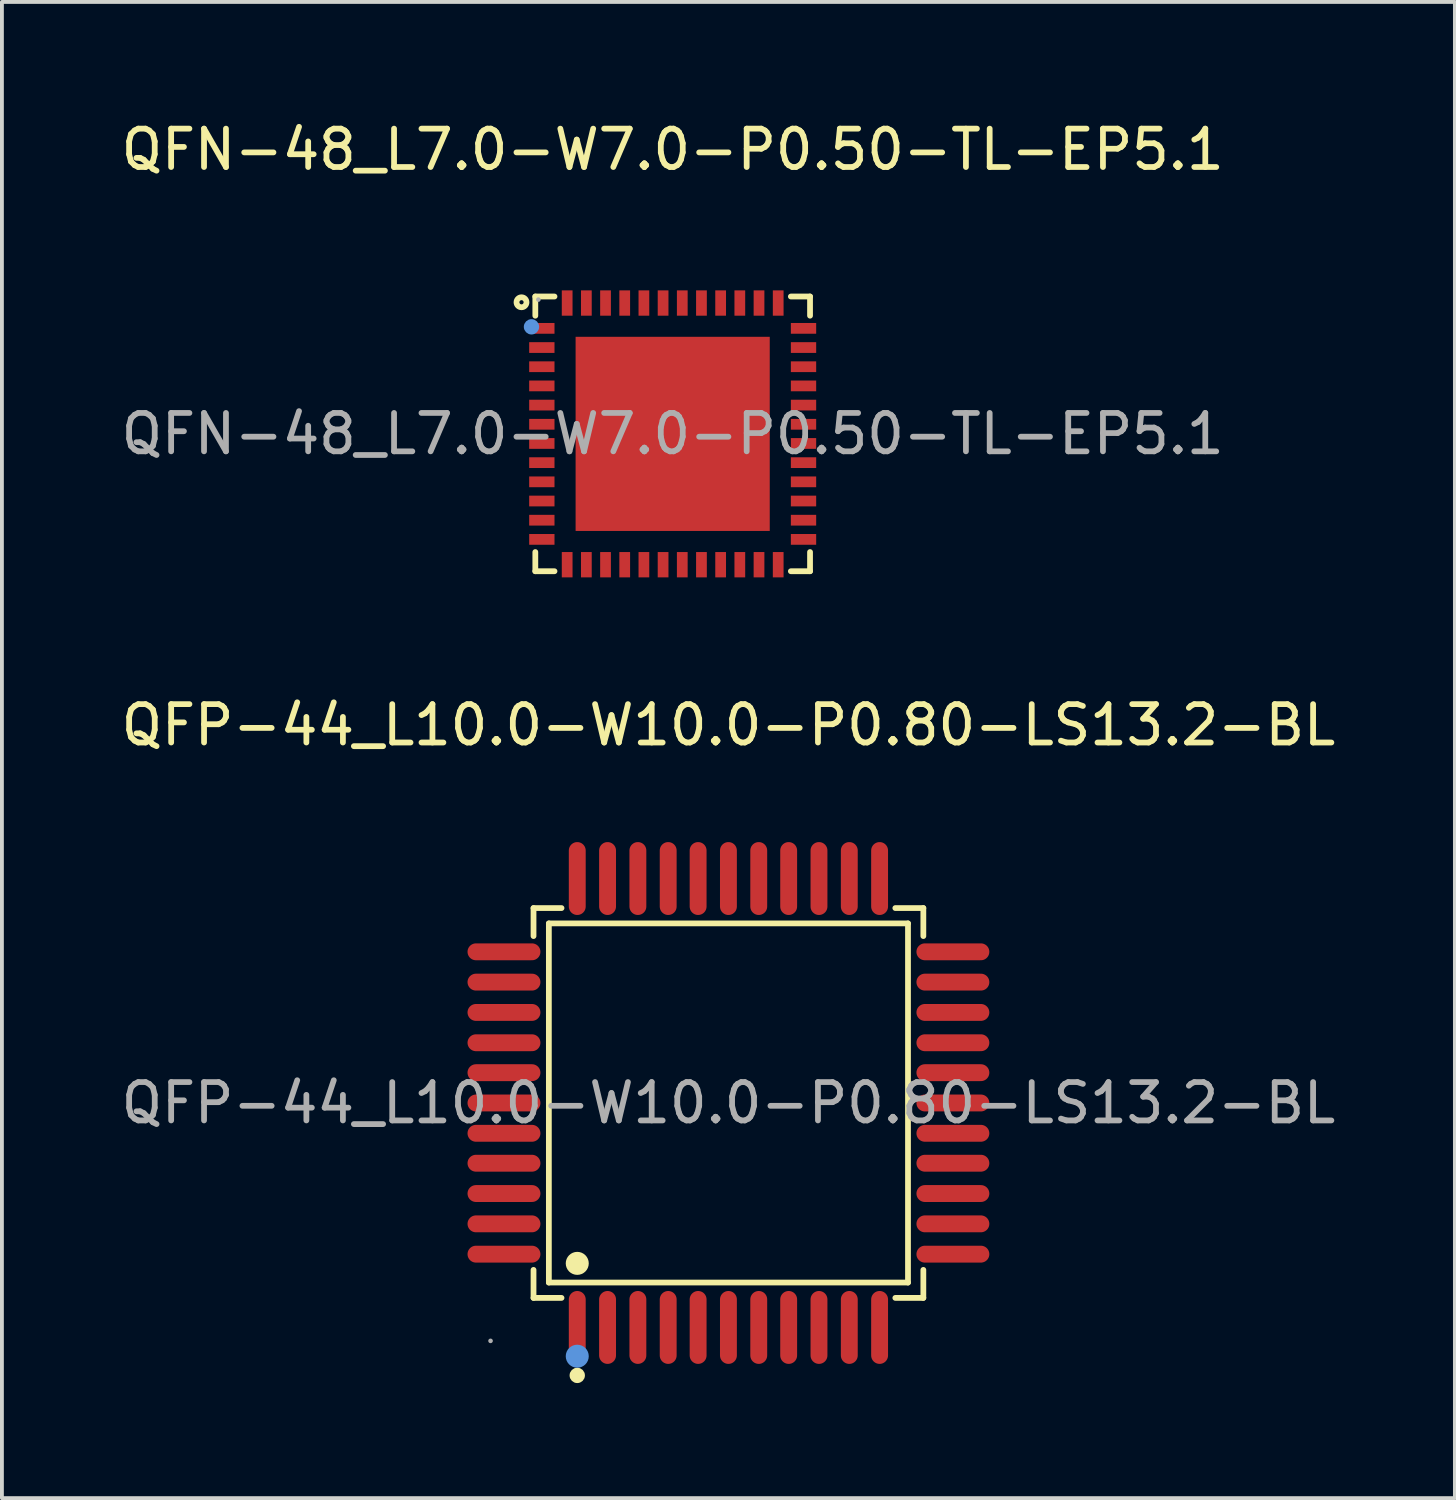
<source format=kicad_pcb>
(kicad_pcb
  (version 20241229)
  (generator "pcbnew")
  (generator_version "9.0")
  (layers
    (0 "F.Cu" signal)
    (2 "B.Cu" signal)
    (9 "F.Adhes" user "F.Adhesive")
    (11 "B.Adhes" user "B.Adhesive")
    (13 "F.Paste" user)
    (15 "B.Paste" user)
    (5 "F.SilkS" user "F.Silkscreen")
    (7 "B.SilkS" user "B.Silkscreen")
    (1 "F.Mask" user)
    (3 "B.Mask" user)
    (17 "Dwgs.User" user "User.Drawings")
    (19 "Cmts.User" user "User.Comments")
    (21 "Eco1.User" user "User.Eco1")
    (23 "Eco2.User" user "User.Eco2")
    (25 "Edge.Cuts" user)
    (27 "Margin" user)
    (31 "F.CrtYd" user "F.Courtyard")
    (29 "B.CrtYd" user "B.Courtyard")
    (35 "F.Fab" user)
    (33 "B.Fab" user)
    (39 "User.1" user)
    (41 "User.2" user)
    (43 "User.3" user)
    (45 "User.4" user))
  (footprint "QFN-48_L7.0-W7.0-P0.50-TL-EP5.1"
    (layer "F.Cu")
    (at 14.482 8.258)
    (property "Reference" "QFN-48_L7.0-W7.0-P0.50-TL-EP5.1" (at 0 -7.41 0) (layer "F.SilkS") (effects (font (size 1 1) (thickness 0.15))))
    (attr through_hole)
    (fp_line (start -3.58 -3.58) (end -3.58 -3.08) (stroke (width 0.15) (type solid)) (layer "F.SilkS"))
    (fp_line (start -3.58 3.58) (end -3.58 3.08) (stroke (width 0.15) (type solid)) (layer "F.SilkS"))
    (fp_line (start -3.08 -3.58) (end -3.58 -3.58) (stroke (width 0.15) (type solid)) (layer "F.SilkS"))
    (fp_line (start -3.08 3.58) (end -3.58 3.58) (stroke (width 0.15) (type solid)) (layer "F.SilkS"))
    (fp_line (start 3.08 -3.58) (end 3.58 -3.58) (stroke (width 0.15) (type solid)) (layer "F.SilkS"))
    (fp_line (start 3.08 3.58) (end 3.58 3.58) (stroke (width 0.15) (type solid)) (layer "F.SilkS"))
    (fp_line (start 3.58 -3.58) (end 3.58 -3.08) (stroke (width 0.15) (type solid)) (layer "F.SilkS"))
    (fp_line (start 3.58 3.58) (end 3.58 3.08) (stroke (width 0.15) (type solid)) (layer "F.SilkS"))
    (fp_circle (center -3.94 -3.43) (end -3.81 -3.43) (stroke (width 0.15) (type solid)) (fill no) (layer "F.SilkS"))
    (fp_circle (center -3.68 -2.79) (end -3.58 -2.79) (stroke (width 0.2) (type solid)) (fill no) (layer "Cmts.User"))
    (fp_circle (center -3.5 -3.5) (end -3.47 -3.5) (stroke (width 0.06) (type solid)) (fill no) (layer "F.Fab"))
    (fp_text user "${REFERENCE}" (at 0 0 0) (layer "F.Fab") (effects (font (size 1 1) (thickness 0.15))))
    (pad "1" smd rect (at -3.41 -2.75) (size 0.66 0.28) (layers "F.Cu" "F.Mask" "F.Paste"))
    (pad "2" smd rect (at -3.41 -2.25) (size 0.66 0.28) (layers "F.Cu" "F.Mask" "F.Paste"))
    (pad "3" smd rect (at -3.41 -1.75) (size 0.66 0.28) (layers "F.Cu" "F.Mask" "F.Paste"))
    (pad "4" smd rect (at -3.41 -1.25) (size 0.66 0.28) (layers "F.Cu" "F.Mask" "F.Paste"))
    (pad "5" smd rect (at -3.41 -0.75) (size 0.66 0.28) (layers "F.Cu" "F.Mask" "F.Paste"))
    (pad "6" smd rect (at -3.41 -0.25) (size 0.66 0.28) (layers "F.Cu" "F.Mask" "F.Paste"))
    (pad "7" smd rect (at -3.41 0.25) (size 0.66 0.28) (layers "F.Cu" "F.Mask" "F.Paste"))
    (pad "8" smd rect (at -3.41 0.75) (size 0.66 0.28) (layers "F.Cu" "F.Mask" "F.Paste"))
    (pad "9" smd rect (at -3.41 1.25) (size 0.66 0.28) (layers "F.Cu" "F.Mask" "F.Paste"))
    (pad "10" smd rect (at -3.41 1.75) (size 0.66 0.28) (layers "F.Cu" "F.Mask" "F.Paste"))
    (pad "11" smd rect (at -3.41 2.25) (size 0.66 0.28) (layers "F.Cu" "F.Mask" "F.Paste"))
    (pad "12" smd rect (at -3.41 2.75) (size 0.66 0.28) (layers "F.Cu" "F.Mask" "F.Paste"))
    (pad "13" smd rect (at -2.75 3.41) (size 0.28 0.66) (layers "F.Cu" "F.Mask" "F.Paste"))
    (pad "14" smd rect (at -2.25 3.41) (size 0.28 0.66) (layers "F.Cu" "F.Mask" "F.Paste"))
    (pad "15" smd rect (at -1.75 3.41) (size 0.28 0.66) (layers "F.Cu" "F.Mask" "F.Paste"))
    (pad "16" smd rect (at -1.25 3.41) (size 0.28 0.66) (layers "F.Cu" "F.Mask" "F.Paste"))
    (pad "17" smd rect (at -0.75 3.41) (size 0.28 0.66) (layers "F.Cu" "F.Mask" "F.Paste"))
    (pad "18" smd rect (at -0.25 3.41) (size 0.28 0.66) (layers "F.Cu" "F.Mask" "F.Paste"))
    (pad "19" smd rect (at 0.25 3.41) (size 0.28 0.66) (layers "F.Cu" "F.Mask" "F.Paste"))
    (pad "20" smd rect (at 0.75 3.41) (size 0.28 0.66) (layers "F.Cu" "F.Mask" "F.Paste"))
    (pad "21" smd rect (at 1.25 3.41) (size 0.28 0.66) (layers "F.Cu" "F.Mask" "F.Paste"))
    (pad "22" smd rect (at 1.75 3.41) (size 0.28 0.66) (layers "F.Cu" "F.Mask" "F.Paste"))
    (pad "23" smd rect (at 2.25 3.41) (size 0.28 0.66) (layers "F.Cu" "F.Mask" "F.Paste"))
    (pad "24" smd rect (at 2.75 3.41) (size 0.28 0.66) (layers "F.Cu" "F.Mask" "F.Paste"))
    (pad "25" smd rect (at 3.41 2.75) (size 0.66 0.28) (layers "F.Cu" "F.Mask" "F.Paste"))
    (pad "26" smd rect (at 3.41 2.25) (size 0.66 0.28) (layers "F.Cu" "F.Mask" "F.Paste"))
    (pad "27" smd rect (at 3.41 1.75) (size 0.66 0.28) (layers "F.Cu" "F.Mask" "F.Paste"))
    (pad "28" smd rect (at 3.41 1.25) (size 0.66 0.28) (layers "F.Cu" "F.Mask" "F.Paste"))
    (pad "29" smd rect (at 3.41 0.75) (size 0.66 0.28) (layers "F.Cu" "F.Mask" "F.Paste"))
    (pad "30" smd rect (at 3.41 0.25) (size 0.66 0.28) (layers "F.Cu" "F.Mask" "F.Paste"))
    (pad "31" smd rect (at 3.41 -0.25) (size 0.66 0.28) (layers "F.Cu" "F.Mask" "F.Paste"))
    (pad "32" smd rect (at 3.41 -0.75) (size 0.66 0.28) (layers "F.Cu" "F.Mask" "F.Paste"))
    (pad "33" smd rect (at 3.41 -1.25) (size 0.66 0.28) (layers "F.Cu" "F.Mask" "F.Paste"))
    (pad "34" smd rect (at 3.41 -1.75) (size 0.66 0.28) (layers "F.Cu" "F.Mask" "F.Paste"))
    (pad "35" smd rect (at 3.41 -2.25) (size 0.66 0.28) (layers "F.Cu" "F.Mask" "F.Paste"))
    (pad "36" smd rect (at 3.41 -2.75) (size 0.66 0.28) (layers "F.Cu" "F.Mask" "F.Paste"))
    (pad "37" smd rect (at 2.75 -3.41) (size 0.28 0.66) (layers "F.Cu" "F.Mask" "F.Paste"))
    (pad "38" smd rect (at 2.25 -3.41) (size 0.28 0.66) (layers "F.Cu" "F.Mask" "F.Paste"))
    (pad "39" smd rect (at 1.75 -3.41) (size 0.28 0.66) (layers "F.Cu" "F.Mask" "F.Paste"))
    (pad "40" smd rect (at 1.25 -3.41) (size 0.28 0.66) (layers "F.Cu" "F.Mask" "F.Paste"))
    (pad "41" smd rect (at 0.75 -3.41) (size 0.28 0.66) (layers "F.Cu" "F.Mask" "F.Paste"))
    (pad "42" smd rect (at 0.25 -3.41) (size 0.28 0.66) (layers "F.Cu" "F.Mask" "F.Paste"))
    (pad "43" smd rect (at -0.25 -3.41) (size 0.28 0.66) (layers "F.Cu" "F.Mask" "F.Paste"))
    (pad "44" smd rect (at -0.75 -3.41) (size 0.28 0.66) (layers "F.Cu" "F.Mask" "F.Paste"))
    (pad "45" smd rect (at -1.25 -3.41) (size 0.28 0.66) (layers "F.Cu" "F.Mask" "F.Paste"))
    (pad "46" smd rect (at -1.75 -3.41) (size 0.28 0.66) (layers "F.Cu" "F.Mask" "F.Paste"))
    (pad "47" smd rect (at -2.25 -3.41) (size 0.28 0.66) (layers "F.Cu" "F.Mask" "F.Paste"))
    (pad "48" smd rect (at -2.75 -3.41) (size 0.28 0.66) (layers "F.Cu" "F.Mask" "F.Paste"))
    (pad "49" smd rect (at 0 0) (size 5.06 5.06) (layers "F.Cu" "F.Mask" "F.Paste")))
  (footprint "QFP-44_L10.0-W10.0-P0.80-LS13.2-BL"
    (layer "F.Cu")
    (at 15.935 25.697)
    (property "Reference" "QFP-44_L10.0-W10.0-P0.80-LS13.2-BL" (at 0 -9.85 0) (layer "F.SilkS") (effects (font (size 1 1) (thickness 0.15))))
    (attr through_hole)
    (fp_line (start -5.08 -5.08) (end -4.35 -5.08) (stroke (width 0.15) (type solid)) (layer "F.SilkS"))
    (fp_line (start -5.08 -4.35) (end -5.08 -5.08) (stroke (width 0.15) (type solid)) (layer "F.SilkS"))
    (fp_line (start -5.08 4.35) (end -5.08 5.08) (stroke (width 0.15) (type solid)) (layer "F.SilkS"))
    (fp_line (start -5.08 5.08) (end -4.35 5.08) (stroke (width 0.15) (type solid)) (layer "F.SilkS"))
    (fp_line (start -4.68 -4.68) (end 4.68 -4.68) (stroke (width 0.15) (type solid)) (layer "F.SilkS"))
    (fp_line (start -4.68 4.68) (end -4.68 -4.68) (stroke (width 0.15) (type solid)) (layer "F.SilkS"))
    (fp_line (start 4.68 -4.68) (end 4.68 4.68) (stroke (width 0.15) (type solid)) (layer "F.SilkS"))
    (fp_line (start 4.68 4.68) (end -4.68 4.68) (stroke (width 0.15) (type solid)) (layer "F.SilkS"))
    (fp_line (start 5.08 -5.08) (end 4.35 -5.08) (stroke (width 0.15) (type solid)) (layer "F.SilkS"))
    (fp_line (start 5.08 -4.35) (end 5.08 -5.08) (stroke (width 0.15) (type solid)) (layer "F.SilkS"))
    (fp_line (start 5.08 4.35) (end 5.08 5.08) (stroke (width 0.15) (type solid)) (layer "F.SilkS"))
    (fp_line (start 5.08 5.08) (end 4.35 5.08) (stroke (width 0.15) (type solid)) (layer "F.SilkS"))
    (fp_circle (center -3.94 4.18) (end -3.79 4.18) (stroke (width 0.3) (type solid)) (fill no) (layer "F.SilkS"))
    (fp_circle (center -3.94 7.1) (end -3.84 7.1) (stroke (width 0.2) (type solid)) (fill no) (layer "F.SilkS"))
    (fp_circle (center -3.94 6.6) (end -3.79 6.6) (stroke (width 0.3) (type solid)) (fill no) (layer "Cmts.User"))
    (fp_circle (center -6.2 6.2) (end -6.17 6.2) (stroke (width 0.06) (type solid)) (fill no) (layer "F.Fab"))
    (fp_text user "${REFERENCE}" (at 0 0 0) (layer "F.Fab") (effects (font (size 1 1) (thickness 0.15))))
    (pad "1" smd oval (at -3.94 5.85) (size 0.44 1.9) (layers "F.Cu" "F.Mask" "F.Paste"))
    (pad "2" smd oval (at -3.15 5.85) (size 0.44 1.9) (layers "F.Cu" "F.Mask" "F.Paste"))
    (pad "3" smd oval (at -2.36 5.85) (size 0.44 1.9) (layers "F.Cu" "F.Mask" "F.Paste"))
    (pad "4" smd oval (at -1.57 5.85) (size 0.44 1.9) (layers "F.Cu" "F.Mask" "F.Paste"))
    (pad "5" smd oval (at -0.79 5.85) (size 0.44 1.9) (layers "F.Cu" "F.Mask" "F.Paste"))
    (pad "6" smd oval (at 0 5.85) (size 0.44 1.9) (layers "F.Cu" "F.Mask" "F.Paste"))
    (pad "7" smd oval (at 0.79 5.85) (size 0.44 1.9) (layers "F.Cu" "F.Mask" "F.Paste"))
    (pad "8" smd oval (at 1.57 5.85) (size 0.44 1.9) (layers "F.Cu" "F.Mask" "F.Paste"))
    (pad "9" smd oval (at 2.36 5.85) (size 0.44 1.9) (layers "F.Cu" "F.Mask" "F.Paste"))
    (pad "10" smd oval (at 3.15 5.85) (size 0.44 1.9) (layers "F.Cu" "F.Mask" "F.Paste"))
    (pad "11" smd oval (at 3.94 5.85) (size 0.44 1.9) (layers "F.Cu" "F.Mask" "F.Paste"))
    (pad "12" smd oval (at 5.85 3.94) (size 1.9 0.44) (layers "F.Cu" "F.Mask" "F.Paste"))
    (pad "13" smd oval (at 5.85 3.15) (size 1.9 0.44) (layers "F.Cu" "F.Mask" "F.Paste"))
    (pad "14" smd oval (at 5.85 2.36) (size 1.9 0.44) (layers "F.Cu" "F.Mask" "F.Paste"))
    (pad "15" smd oval (at 5.85 1.57) (size 1.9 0.44) (layers "F.Cu" "F.Mask" "F.Paste"))
    (pad "16" smd oval (at 5.85 0.79) (size 1.9 0.44) (layers "F.Cu" "F.Mask" "F.Paste"))
    (pad "17" smd oval (at 5.85 0) (size 1.9 0.44) (layers "F.Cu" "F.Mask" "F.Paste"))
    (pad "18" smd oval (at 5.85 -0.79) (size 1.9 0.44) (layers "F.Cu" "F.Mask" "F.Paste"))
    (pad "19" smd oval (at 5.85 -1.57) (size 1.9 0.44) (layers "F.Cu" "F.Mask" "F.Paste"))
    (pad "20" smd oval (at 5.85 -2.36) (size 1.9 0.44) (layers "F.Cu" "F.Mask" "F.Paste"))
    (pad "21" smd oval (at 5.85 -3.15) (size 1.9 0.44) (layers "F.Cu" "F.Mask" "F.Paste"))
    (pad "22" smd oval (at 5.85 -3.94) (size 1.9 0.44) (layers "F.Cu" "F.Mask" "F.Paste"))
    (pad "23" smd oval (at 3.94 -5.85) (size 0.44 1.9) (layers "F.Cu" "F.Mask" "F.Paste"))
    (pad "24" smd oval (at 3.15 -5.85) (size 0.44 1.9) (layers "F.Cu" "F.Mask" "F.Paste"))
    (pad "25" smd oval (at 2.36 -5.85) (size 0.44 1.9) (layers "F.Cu" "F.Mask" "F.Paste"))
    (pad "26" smd oval (at 1.57 -5.85) (size 0.44 1.9) (layers "F.Cu" "F.Mask" "F.Paste"))
    (pad "27" smd oval (at 0.79 -5.85) (size 0.44 1.9) (layers "F.Cu" "F.Mask" "F.Paste"))
    (pad "28" smd oval (at 0 -5.85) (size 0.44 1.9) (layers "F.Cu" "F.Mask" "F.Paste"))
    (pad "29" smd oval (at -0.79 -5.85) (size 0.44 1.9) (layers "F.Cu" "F.Mask" "F.Paste"))
    (pad "30" smd oval (at -1.57 -5.85) (size 0.44 1.9) (layers "F.Cu" "F.Mask" "F.Paste"))
    (pad "31" smd oval (at -2.36 -5.85) (size 0.44 1.9) (layers "F.Cu" "F.Mask" "F.Paste"))
    (pad "32" smd oval (at -3.15 -5.85) (size 0.44 1.9) (layers "F.Cu" "F.Mask" "F.Paste"))
    (pad "33" smd oval (at -3.94 -5.85) (size 0.44 1.9) (layers "F.Cu" "F.Mask" "F.Paste"))
    (pad "34" smd oval (at -5.85 -3.94) (size 1.9 0.44) (layers "F.Cu" "F.Mask" "F.Paste"))
    (pad "35" smd oval (at -5.85 -3.15) (size 1.9 0.44) (layers "F.Cu" "F.Mask" "F.Paste"))
    (pad "36" smd oval (at -5.85 -2.36) (size 1.9 0.44) (layers "F.Cu" "F.Mask" "F.Paste"))
    (pad "37" smd oval (at -5.85 -1.57) (size 1.9 0.44) (layers "F.Cu" "F.Mask" "F.Paste"))
    (pad "38" smd oval (at -5.85 -0.79) (size 1.9 0.44) (layers "F.Cu" "F.Mask" "F.Paste"))
    (pad "39" smd oval (at -5.85 0) (size 1.9 0.44) (layers "F.Cu" "F.Mask" "F.Paste"))
    (pad "40" smd oval (at -5.85 0.79) (size 1.9 0.44) (layers "F.Cu" "F.Mask" "F.Paste"))
    (pad "41" smd oval (at -5.85 1.57) (size 1.9 0.44) (layers "F.Cu" "F.Mask" "F.Paste"))
    (pad "42" smd oval (at -5.85 2.36) (size 1.9 0.44) (layers "F.Cu" "F.Mask" "F.Paste"))
    (pad "43" smd oval (at -5.85 3.15) (size 1.9 0.44) (layers "F.Cu" "F.Mask" "F.Paste"))
    (pad "44" smd oval (at -5.85 3.94) (size 1.9 0.44) (layers "F.Cu" "F.Mask" "F.Paste")))
  (gr_rect
    (start -3 -3)
    (end 34.869 35.996)
    (stroke (width 0.1) (type default))
    (fill no)
    (layer "Edge.Cuts")))
</source>
